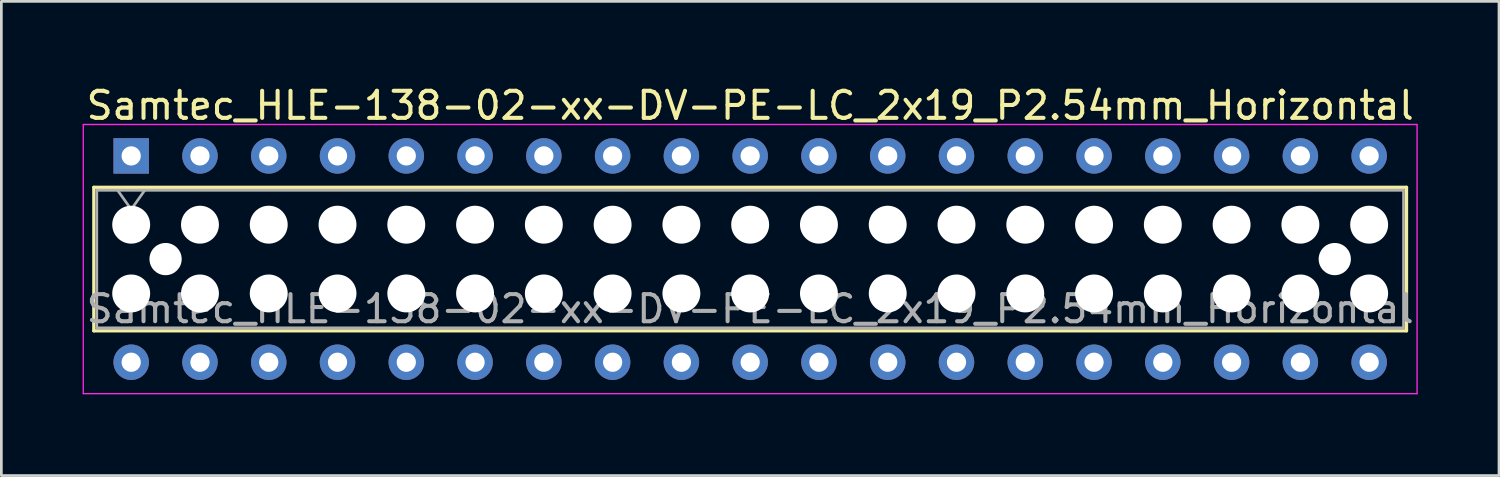
<source format=kicad_pcb>
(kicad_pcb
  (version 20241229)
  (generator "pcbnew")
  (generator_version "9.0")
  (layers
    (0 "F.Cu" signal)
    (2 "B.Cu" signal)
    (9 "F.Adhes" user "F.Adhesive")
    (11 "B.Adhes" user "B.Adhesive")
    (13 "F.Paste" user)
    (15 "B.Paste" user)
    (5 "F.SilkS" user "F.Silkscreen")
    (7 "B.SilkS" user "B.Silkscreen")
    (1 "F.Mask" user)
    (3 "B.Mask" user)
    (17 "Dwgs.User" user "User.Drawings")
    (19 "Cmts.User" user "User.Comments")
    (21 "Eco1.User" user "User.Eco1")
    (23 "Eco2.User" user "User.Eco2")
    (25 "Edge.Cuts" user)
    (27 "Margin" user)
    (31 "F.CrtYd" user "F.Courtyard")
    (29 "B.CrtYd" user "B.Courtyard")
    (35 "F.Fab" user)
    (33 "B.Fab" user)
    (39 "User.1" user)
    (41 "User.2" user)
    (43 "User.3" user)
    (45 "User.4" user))
  (footprint "Samtec_HLE-138-02-xx-DV-PE-LC_2x19_P2.54mm_Horizontal"
    (layer "F.Cu")
    (at 1.795 2.708)
    (property "Reference" "Samtec_HLE-138-02-xx-DV-PE-LC_2x19_P2.54mm_Horizontal" (at 22.86 -1.86 0) (layer "F.SilkS") (effects (font (size 1 1) (thickness 0.15))))
    (attr through_hole)
    (fp_line (start -1.38 1.16) (end 47.1 1.16) (stroke (width 0.12) (type solid)) (layer "F.SilkS"))
    (fp_line (start -1.38 6.46) (end -1.38 1.16) (stroke (width 0.12) (type solid)) (layer "F.SilkS"))
    (fp_line (start 47.1 1.16) (end 47.1 6.46) (stroke (width 0.12) (type solid)) (layer "F.SilkS"))
    (fp_line (start 47.1 6.46) (end -1.38 6.46) (stroke (width 0.12) (type solid)) (layer "F.SilkS"))
    (fp_line (start -1.77 -1.16) (end 47.49 -1.16) (stroke (width 0.05) (type solid)) (layer "F.CrtYd"))
    (fp_line (start -1.77 8.78) (end -1.77 -1.16) (stroke (width 0.05) (type solid)) (layer "F.CrtYd"))
    (fp_line (start 47.49 -1.16) (end 47.49 8.78) (stroke (width 0.05) (type solid)) (layer "F.CrtYd"))
    (fp_line (start 47.49 8.78) (end -1.77 8.78) (stroke (width 0.05) (type solid)) (layer "F.CrtYd"))
    (fp_line (start -1.27 1.27) (end 46.99 1.27) (stroke (width 0.1) (type solid)) (layer "F.Fab"))
    (fp_line (start -1.27 6.35) (end -1.27 1.27) (stroke (width 0.1) (type solid)) (layer "F.Fab"))
    (fp_line (start -0.5 1.27) (end 0 1.977) (stroke (width 0.1) (type solid)) (layer "F.Fab"))
    (fp_line (start 0 1.977) (end 0.5 1.27) (stroke (width 0.1) (type solid)) (layer "F.Fab"))
    (fp_line (start 46.99 1.27) (end 46.99 6.35) (stroke (width 0.1) (type solid)) (layer "F.Fab"))
    (fp_line (start 46.99 6.35) (end -1.27 6.35) (stroke (width 0.1) (type solid)) (layer "F.Fab"))
    (fp_text user "${REFERENCE}" (at 22.86 5.65 0) (layer "F.Fab") (effects (font (size 1 1) (thickness 0.15))))
    (pad "" np_thru_hole circle (at 0 2.54) (size 1.4 1.4) (drill 1.4) (layers "*.Cu" "*.Mask"))
    (pad "" np_thru_hole circle (at 0 5.08) (size 1.4 1.4) (drill 1.4) (layers "*.Cu" "*.Mask"))
    (pad "" np_thru_hole circle (at 1.27 3.81) (size 1.19 1.19) (drill 1.19) (layers "*.Cu" "*.Mask"))
    (pad "" np_thru_hole circle (at 2.54 2.54) (size 1.4 1.4) (drill 1.4) (layers "*.Cu" "*.Mask"))
    (pad "" np_thru_hole circle (at 2.54 5.08) (size 1.4 1.4) (drill 1.4) (layers "*.Cu" "*.Mask"))
    (pad "" np_thru_hole circle (at 5.08 2.54) (size 1.4 1.4) (drill 1.4) (layers "*.Cu" "*.Mask"))
    (pad "" np_thru_hole circle (at 5.08 5.08) (size 1.4 1.4) (drill 1.4) (layers "*.Cu" "*.Mask"))
    (pad "" np_thru_hole circle (at 7.62 2.54) (size 1.4 1.4) (drill 1.4) (layers "*.Cu" "*.Mask"))
    (pad "" np_thru_hole circle (at 7.62 5.08) (size 1.4 1.4) (drill 1.4) (layers "*.Cu" "*.Mask"))
    (pad "" np_thru_hole circle (at 10.16 2.54) (size 1.4 1.4) (drill 1.4) (layers "*.Cu" "*.Mask"))
    (pad "" np_thru_hole circle (at 10.16 5.08) (size 1.4 1.4) (drill 1.4) (layers "*.Cu" "*.Mask"))
    (pad "" np_thru_hole circle (at 12.7 2.54) (size 1.4 1.4) (drill 1.4) (layers "*.Cu" "*.Mask"))
    (pad "" np_thru_hole circle (at 12.7 5.08) (size 1.4 1.4) (drill 1.4) (layers "*.Cu" "*.Mask"))
    (pad "" np_thru_hole circle (at 15.24 2.54) (size 1.4 1.4) (drill 1.4) (layers "*.Cu" "*.Mask"))
    (pad "" np_thru_hole circle (at 15.24 5.08) (size 1.4 1.4) (drill 1.4) (layers "*.Cu" "*.Mask"))
    (pad "" np_thru_hole circle (at 17.78 2.54) (size 1.4 1.4) (drill 1.4) (layers "*.Cu" "*.Mask"))
    (pad "" np_thru_hole circle (at 17.78 5.08) (size 1.4 1.4) (drill 1.4) (layers "*.Cu" "*.Mask"))
    (pad "" np_thru_hole circle (at 20.32 2.54) (size 1.4 1.4) (drill 1.4) (layers "*.Cu" "*.Mask"))
    (pad "" np_thru_hole circle (at 20.32 5.08) (size 1.4 1.4) (drill 1.4) (layers "*.Cu" "*.Mask"))
    (pad "" np_thru_hole circle (at 22.86 2.54) (size 1.4 1.4) (drill 1.4) (layers "*.Cu" "*.Mask"))
    (pad "" np_thru_hole circle (at 22.86 5.08) (size 1.4 1.4) (drill 1.4) (layers "*.Cu" "*.Mask"))
    (pad "" np_thru_hole circle (at 25.4 2.54) (size 1.4 1.4) (drill 1.4) (layers "*.Cu" "*.Mask"))
    (pad "" np_thru_hole circle (at 25.4 5.08) (size 1.4 1.4) (drill 1.4) (layers "*.Cu" "*.Mask"))
    (pad "" np_thru_hole circle (at 27.94 2.54) (size 1.4 1.4) (drill 1.4) (layers "*.Cu" "*.Mask"))
    (pad "" np_thru_hole circle (at 27.94 5.08) (size 1.4 1.4) (drill 1.4) (layers "*.Cu" "*.Mask"))
    (pad "" np_thru_hole circle (at 30.48 2.54) (size 1.4 1.4) (drill 1.4) (layers "*.Cu" "*.Mask"))
    (pad "" np_thru_hole circle (at 30.48 5.08) (size 1.4 1.4) (drill 1.4) (layers "*.Cu" "*.Mask"))
    (pad "" np_thru_hole circle (at 33.02 2.54) (size 1.4 1.4) (drill 1.4) (layers "*.Cu" "*.Mask"))
    (pad "" np_thru_hole circle (at 33.02 5.08) (size 1.4 1.4) (drill 1.4) (layers "*.Cu" "*.Mask"))
    (pad "" np_thru_hole circle (at 35.56 2.54) (size 1.4 1.4) (drill 1.4) (layers "*.Cu" "*.Mask"))
    (pad "" np_thru_hole circle (at 35.56 5.08) (size 1.4 1.4) (drill 1.4) (layers "*.Cu" "*.Mask"))
    (pad "" np_thru_hole circle (at 38.1 2.54) (size 1.4 1.4) (drill 1.4) (layers "*.Cu" "*.Mask"))
    (pad "" np_thru_hole circle (at 38.1 5.08) (size 1.4 1.4) (drill 1.4) (layers "*.Cu" "*.Mask"))
    (pad "" np_thru_hole circle (at 40.64 2.54) (size 1.4 1.4) (drill 1.4) (layers "*.Cu" "*.Mask"))
    (pad "" np_thru_hole circle (at 40.64 5.08) (size 1.4 1.4) (drill 1.4) (layers "*.Cu" "*.Mask"))
    (pad "" np_thru_hole circle (at 43.18 2.54) (size 1.4 1.4) (drill 1.4) (layers "*.Cu" "*.Mask"))
    (pad "" np_thru_hole circle (at 43.18 5.08) (size 1.4 1.4) (drill 1.4) (layers "*.Cu" "*.Mask"))
    (pad "" np_thru_hole circle (at 44.45 3.81) (size 1.19 1.19) (drill 1.19) (layers "*.Cu" "*.Mask"))
    (pad "" np_thru_hole circle (at 45.72 2.54) (size 1.4 1.4) (drill 1.4) (layers "*.Cu" "*.Mask"))
    (pad "" np_thru_hole circle (at 45.72 5.08) (size 1.4 1.4) (drill 1.4) (layers "*.Cu" "*.Mask"))
    (pad "1" thru_hole rect (at 0 0) (size 1.31 1.31) (drill 0.71) (layers "*.Cu" "*.Mask"))
    (pad "2" thru_hole circle (at 0 7.62) (size 1.31 1.31) (drill 0.71) (layers "*.Cu" "*.Mask"))
    (pad "3" thru_hole circle (at 2.54 0) (size 1.31 1.31) (drill 0.71) (layers "*.Cu" "*.Mask"))
    (pad "4" thru_hole circle (at 2.54 7.62) (size 1.31 1.31) (drill 0.71) (layers "*.Cu" "*.Mask"))
    (pad "5" thru_hole circle (at 5.08 0) (size 1.31 1.31) (drill 0.71) (layers "*.Cu" "*.Mask"))
    (pad "6" thru_hole circle (at 5.08 7.62) (size 1.31 1.31) (drill 0.71) (layers "*.Cu" "*.Mask"))
    (pad "7" thru_hole circle (at 7.62 0) (size 1.31 1.31) (drill 0.71) (layers "*.Cu" "*.Mask"))
    (pad "8" thru_hole circle (at 7.62 7.62) (size 1.31 1.31) (drill 0.71) (layers "*.Cu" "*.Mask"))
    (pad "9" thru_hole circle (at 10.16 0) (size 1.31 1.31) (drill 0.71) (layers "*.Cu" "*.Mask"))
    (pad "10" thru_hole circle (at 10.16 7.62) (size 1.31 1.31) (drill 0.71) (layers "*.Cu" "*.Mask"))
    (pad "11" thru_hole circle (at 12.7 0) (size 1.31 1.31) (drill 0.71) (layers "*.Cu" "*.Mask"))
    (pad "12" thru_hole circle (at 12.7 7.62) (size 1.31 1.31) (drill 0.71) (layers "*.Cu" "*.Mask"))
    (pad "13" thru_hole circle (at 15.24 0) (size 1.31 1.31) (drill 0.71) (layers "*.Cu" "*.Mask"))
    (pad "14" thru_hole circle (at 15.24 7.62) (size 1.31 1.31) (drill 0.71) (layers "*.Cu" "*.Mask"))
    (pad "15" thru_hole circle (at 17.78 0) (size 1.31 1.31) (drill 0.71) (layers "*.Cu" "*.Mask"))
    (pad "16" thru_hole circle (at 17.78 7.62) (size 1.31 1.31) (drill 0.71) (layers "*.Cu" "*.Mask"))
    (pad "17" thru_hole circle (at 20.32 0) (size 1.31 1.31) (drill 0.71) (layers "*.Cu" "*.Mask"))
    (pad "18" thru_hole circle (at 20.32 7.62) (size 1.31 1.31) (drill 0.71) (layers "*.Cu" "*.Mask"))
    (pad "19" thru_hole circle (at 22.86 0) (size 1.31 1.31) (drill 0.71) (layers "*.Cu" "*.Mask"))
    (pad "20" thru_hole circle (at 22.86 7.62) (size 1.31 1.31) (drill 0.71) (layers "*.Cu" "*.Mask"))
    (pad "21" thru_hole circle (at 25.4 0) (size 1.31 1.31) (drill 0.71) (layers "*.Cu" "*.Mask"))
    (pad "22" thru_hole circle (at 25.4 7.62) (size 1.31 1.31) (drill 0.71) (layers "*.Cu" "*.Mask"))
    (pad "23" thru_hole circle (at 27.94 0) (size 1.31 1.31) (drill 0.71) (layers "*.Cu" "*.Mask"))
    (pad "24" thru_hole circle (at 27.94 7.62) (size 1.31 1.31) (drill 0.71) (layers "*.Cu" "*.Mask"))
    (pad "25" thru_hole circle (at 30.48 0) (size 1.31 1.31) (drill 0.71) (layers "*.Cu" "*.Mask"))
    (pad "26" thru_hole circle (at 30.48 7.62) (size 1.31 1.31) (drill 0.71) (layers "*.Cu" "*.Mask"))
    (pad "27" thru_hole circle (at 33.02 0) (size 1.31 1.31) (drill 0.71) (layers "*.Cu" "*.Mask"))
    (pad "28" thru_hole circle (at 33.02 7.62) (size 1.31 1.31) (drill 0.71) (layers "*.Cu" "*.Mask"))
    (pad "29" thru_hole circle (at 35.56 0) (size 1.31 1.31) (drill 0.71) (layers "*.Cu" "*.Mask"))
    (pad "30" thru_hole circle (at 35.56 7.62) (size 1.31 1.31) (drill 0.71) (layers "*.Cu" "*.Mask"))
    (pad "31" thru_hole circle (at 38.1 0) (size 1.31 1.31) (drill 0.71) (layers "*.Cu" "*.Mask"))
    (pad "32" thru_hole circle (at 38.1 7.62) (size 1.31 1.31) (drill 0.71) (layers "*.Cu" "*.Mask"))
    (pad "33" thru_hole circle (at 40.64 0) (size 1.31 1.31) (drill 0.71) (layers "*.Cu" "*.Mask"))
    (pad "34" thru_hole circle (at 40.64 7.62) (size 1.31 1.31) (drill 0.71) (layers "*.Cu" "*.Mask"))
    (pad "35" thru_hole circle (at 43.18 0) (size 1.31 1.31) (drill 0.71) (layers "*.Cu" "*.Mask"))
    (pad "36" thru_hole circle (at 43.18 7.62) (size 1.31 1.31) (drill 0.71) (layers "*.Cu" "*.Mask"))
    (pad "37" thru_hole circle (at 45.72 0) (size 1.31 1.31) (drill 0.71) (layers "*.Cu" "*.Mask"))
    (pad "38" thru_hole circle (at 45.72 7.62) (size 1.31 1.31) (drill 0.71) (layers "*.Cu" "*.Mask")))
  (gr_rect
    (start -3 -3)
    (end 52.31 14.513)
    (stroke (width 0.1) (type default))
    (fill no)
    (layer "Edge.Cuts")))
</source>
